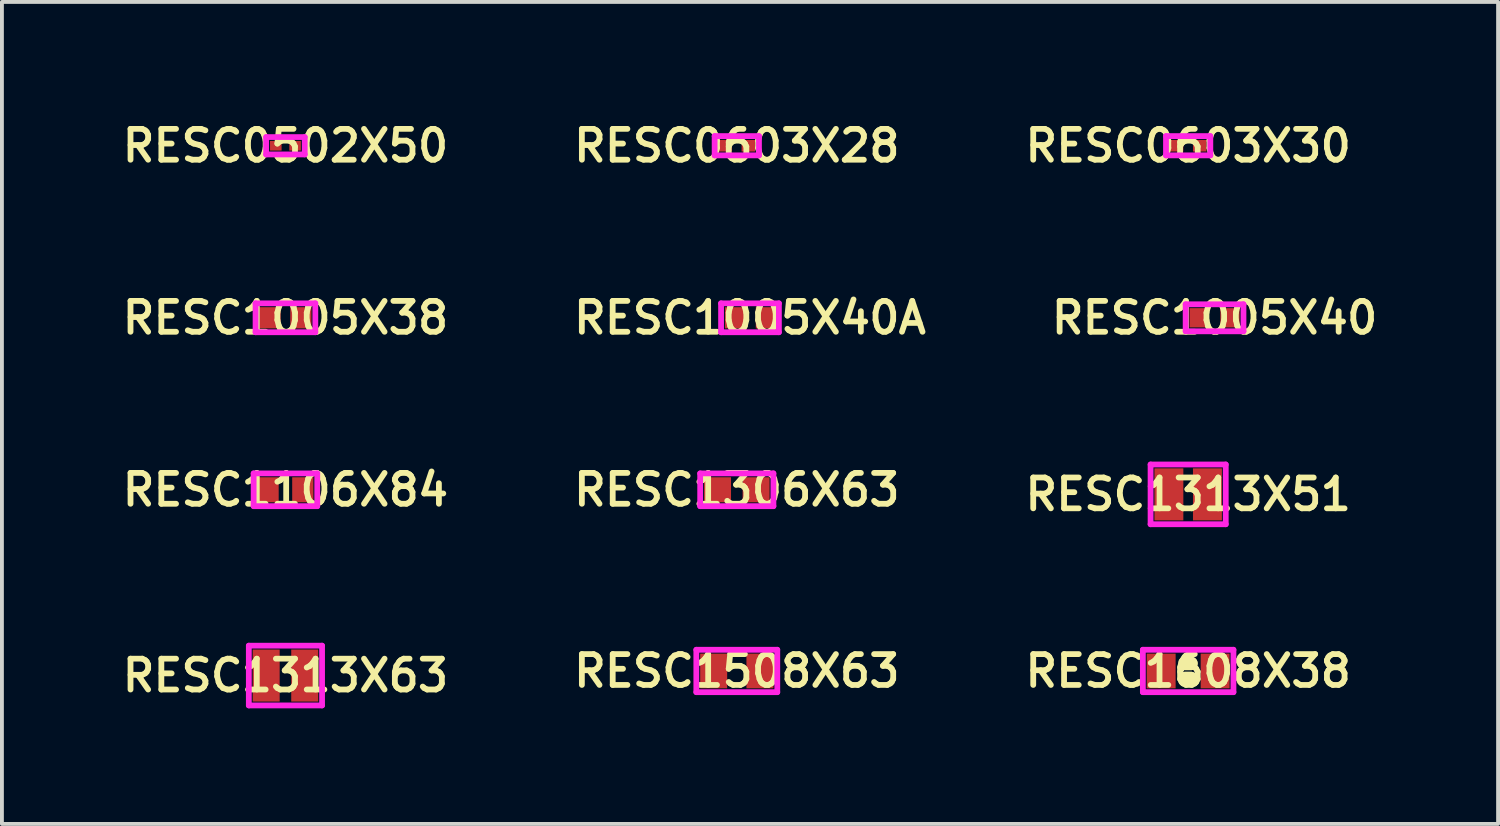
<source format=kicad_pcb>
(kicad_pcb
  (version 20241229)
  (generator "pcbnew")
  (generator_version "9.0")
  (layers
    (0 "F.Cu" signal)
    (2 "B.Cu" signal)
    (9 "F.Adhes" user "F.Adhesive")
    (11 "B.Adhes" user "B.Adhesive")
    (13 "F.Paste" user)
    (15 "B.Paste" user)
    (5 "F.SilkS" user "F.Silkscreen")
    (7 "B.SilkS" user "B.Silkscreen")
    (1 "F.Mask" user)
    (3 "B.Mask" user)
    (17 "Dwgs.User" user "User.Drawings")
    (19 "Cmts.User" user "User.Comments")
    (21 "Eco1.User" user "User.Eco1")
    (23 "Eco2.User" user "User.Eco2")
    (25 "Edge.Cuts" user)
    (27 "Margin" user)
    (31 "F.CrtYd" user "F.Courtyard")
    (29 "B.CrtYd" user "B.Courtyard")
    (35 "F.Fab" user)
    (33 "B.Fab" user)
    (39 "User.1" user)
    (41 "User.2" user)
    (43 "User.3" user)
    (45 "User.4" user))
  (footprint "RESC1313X51"
    (layer "F.Cu")
    (at 27.773 9.775)
    (property "Reference" "RESC1313X51" (at 0 0 0) (layer "F.SilkS") (effects (font (size 0.8 0.8) (thickness 0.15))))
    (attr through_hole)
    (fp_line (start -0.975 -0.775) (end 0.975 -0.775) (stroke (width 0.15) (type solid)) (layer "F.CrtYd"))
    (fp_line (start -0.975 0.775) (end -0.975 -0.775) (stroke (width 0.15) (type solid)) (layer "F.CrtYd"))
    (fp_line (start 0.975 -0.775) (end 0.975 0.775) (stroke (width 0.15) (type solid)) (layer "F.CrtYd"))
    (fp_line (start 0.975 0.775) (end -0.975 0.775) (stroke (width 0.15) (type solid)) (layer "F.CrtYd"))
    (pad "1" smd rect (at -0.5 0) (size 0.75 1.35) (layers "F.Cu" "F.Mask" "F.Paste"))
    (pad "2" smd rect (at 0.5 0) (size 0.75 1.35) (layers "F.Cu" "F.Mask" "F.Paste")))
  (footprint "RESC1313X63"
    (layer "F.Cu")
    (at 4.355 14.475)
    (property "Reference" "RESC1313X63" (at 0 0 0) (layer "F.SilkS") (effects (font (size 0.8 0.8) (thickness 0.15))))
    (attr smd)
    (fp_line (start -0.95 -0.775) (end 0.95 -0.775) (stroke (width 0.15) (type solid)) (layer "F.CrtYd"))
    (fp_line (start -0.95 0.775) (end -0.95 -0.775) (stroke (width 0.15) (type solid)) (layer "F.CrtYd"))
    (fp_line (start 0.95 -0.775) (end 0.95 0.775) (stroke (width 0.15) (type solid)) (layer "F.CrtYd"))
    (fp_line (start 0.95 0.775) (end -0.95 0.775) (stroke (width 0.15) (type solid)) (layer "F.CrtYd"))
    (pad "1" smd rect (at -0.5 0) (size 0.7 1.35) (layers "F.Cu" "F.Mask" "F.Paste"))
    (pad "2" smd rect (at 0.5 0) (size 0.7 1.35) (layers "F.Cu" "F.Mask" "F.Paste")))
  (footprint "RESC0603X30"
    (layer "F.Cu")
    (at 27.773 0.731)
    (property "Reference" "RESC0603X30" (at 0 0 0) (layer "F.SilkS") (effects (font (size 0.8 0.8) (thickness 0.15))))
    (attr smd)
    (fp_line (start -0.575 -0.25) (end 0.575 -0.25) (stroke (width 0.15) (type solid)) (layer "F.CrtYd"))
    (fp_line (start -0.575 0.25) (end -0.575 -0.25) (stroke (width 0.15) (type solid)) (layer "F.CrtYd"))
    (fp_line (start 0.575 -0.25) (end 0.575 0.25) (stroke (width 0.15) (type solid)) (layer "F.CrtYd"))
    (fp_line (start 0.575 0.25) (end -0.575 0.25) (stroke (width 0.15) (type solid)) (layer "F.CrtYd"))
    (pad "1" smd rect (at -0.3 0) (size 0.35 0.3) (layers "F.Cu" "F.Mask" "F.Paste"))
    (pad "2" smd rect (at 0.3 0) (size 0.35 0.3) (layers "F.Cu" "F.Mask" "F.Paste")))
  (footprint "RESC0502X50"
    (layer "F.Cu")
    (at 4.355 0.731)
    (property "Reference" "RESC0502X50" (at 0 0 0) (layer "F.SilkS") (effects (font (size 0.8 0.8) (thickness 0.15))))
    (attr through_hole)
    (fp_line (start -0.5 -0.225) (end 0.5 -0.225) (stroke (width 0.15) (type solid)) (layer "F.CrtYd"))
    (fp_line (start -0.5 0.225) (end -0.5 -0.225) (stroke (width 0.15) (type solid)) (layer "F.CrtYd"))
    (fp_line (start 0.5 -0.225) (end 0.5 0.225) (stroke (width 0.15) (type solid)) (layer "F.CrtYd"))
    (fp_line (start 0.5 0.225) (end -0.5 0.225) (stroke (width 0.15) (type solid)) (layer "F.CrtYd"))
    (pad "1" smd rect (at -0.25 0) (size 0.3 0.25) (layers "F.Cu" "F.Mask" "F.Paste"))
    (pad "2" smd rect (at 0.25 0) (size 0.3 0.25) (layers "F.Cu" "F.Mask" "F.Paste")))
  (footprint "RESC0603X28"
    (layer "F.Cu")
    (at 16.064 0.731)
    (property "Reference" "RESC0603X28" (at 0 0 0) (layer "F.SilkS") (effects (font (size 0.8 0.8) (thickness 0.15))))
    (attr smd)
    (fp_line (start -0.575 -0.25) (end 0.575 -0.25) (stroke (width 0.15) (type solid)) (layer "F.CrtYd"))
    (fp_line (start -0.575 0.25) (end -0.575 -0.25) (stroke (width 0.15) (type solid)) (layer "F.CrtYd"))
    (fp_line (start 0.575 -0.25) (end 0.575 0.25) (stroke (width 0.15) (type solid)) (layer "F.CrtYd"))
    (fp_line (start 0.575 0.25) (end -0.575 0.25) (stroke (width 0.15) (type solid)) (layer "F.CrtYd"))
    (pad "1" smd rect (at -0.3 0) (size 0.35 0.3) (layers "F.Cu" "F.Mask" "F.Paste"))
    (pad "2" smd rect (at 0.3 0) (size 0.35 0.3) (layers "F.Cu" "F.Mask" "F.Paste")))
  (footprint "RESC1005X40"
    (layer "F.Cu")
    (at 28.458 5.194)
    (property "Reference" "RESC1005X40" (at 0 0 0) (layer "F.SilkS") (effects (font (size 0.8 0.8) (thickness 0.15))))
    (attr through_hole)
    (fp_line (start -0.75 -0.35) (end 0.75 -0.35) (stroke (width 0.15) (type solid)) (layer "F.CrtYd"))
    (fp_line (start -0.75 0.35) (end -0.75 -0.35) (stroke (width 0.15) (type solid)) (layer "F.CrtYd"))
    (fp_line (start 0.75 -0.35) (end 0.75 0.35) (stroke (width 0.15) (type solid)) (layer "F.CrtYd"))
    (fp_line (start 0.75 0.35) (end -0.75 0.35) (stroke (width 0.15) (type solid)) (layer "F.CrtYd"))
    (pad "1" smd rect (at -0.4 0) (size 0.5 0.5) (layers "F.Cu" "F.Mask" "F.Paste"))
    (pad "2" smd rect (at 0.4 0) (size 0.5 0.5) (layers "F.Cu" "F.Mask" "F.Paste")))
  (footprint "RESC1608X38"
    (layer "F.Cu")
    (at 27.773 14.356)
    (property "Reference" "RESC1608X38" (at 0 0 0) (layer "F.SilkS") (effects (font (size 0.8 0.8) (thickness 0.15))))
    (attr smd)
    (fp_line (start -0.071 -0.196) (end 0.071 -0.196) (stroke (width 0.35) (type solid)) (layer "F.SilkS"))
    (fp_line (start -0.071 0.196) (end 0.071 0.196) (stroke (width 0.35) (type solid)) (layer "F.SilkS"))
    (fp_line (start 0.071 -0.196) (end -0.071 -0.196) (stroke (width 0.35) (type solid)) (layer "F.SilkS"))
    (fp_line (start 0.071 0.196) (end -0.071 0.196) (stroke (width 0.35) (type solid)) (layer "F.SilkS"))
    (fp_line (start -1.175 -0.55) (end 1.175 -0.55) (stroke (width 0.15) (type solid)) (layer "F.CrtYd"))
    (fp_line (start -1.175 0.55) (end -1.175 -0.55) (stroke (width 0.15) (type solid)) (layer "F.CrtYd"))
    (fp_line (start 1.175 -0.55) (end 1.175 0.55) (stroke (width 0.15) (type solid)) (layer "F.CrtYd"))
    (fp_line (start 1.175 0.55) (end -1.175 0.55) (stroke (width 0.15) (type solid)) (layer "F.CrtYd"))
    (pad "1" smd rect (at -0.7 0) (size 0.75 0.9) (layers "F.Cu" "F.Mask" "F.Paste"))
    (pad "2" smd rect (at 0.7 0) (size 0.75 0.9) (layers "F.Cu" "F.Mask" "F.Paste")))
  (footprint "RESC1005X40A"
    (layer "F.Cu")
    (at 16.406 5.194)
    (property "Reference" "RESC1005X40A" (at 0 0 0) (layer "F.SilkS") (effects (font (size 0.8 0.8) (thickness 0.15))))
    (attr smd)
    (fp_line (start -0.75 -0.375) (end 0.75 -0.375) (stroke (width 0.15) (type solid)) (layer "F.CrtYd"))
    (fp_line (start -0.75 0.375) (end -0.75 -0.375) (stroke (width 0.15) (type solid)) (layer "F.CrtYd"))
    (fp_line (start 0.75 -0.375) (end 0.75 0.375) (stroke (width 0.15) (type solid)) (layer "F.CrtYd"))
    (fp_line (start 0.75 0.375) (end -0.75 0.375) (stroke (width 0.15) (type solid)) (layer "F.CrtYd"))
    (pad "1" smd rect (at -0.4 0) (size 0.5 0.55) (layers "F.Cu" "F.Mask" "F.Paste"))
    (pad "2" smd rect (at 0.4 0) (size 0.5 0.55) (layers "F.Cu" "F.Mask" "F.Paste")))
  (footprint "RESC1005X38"
    (layer "F.Cu")
    (at 4.355 5.194)
    (property "Reference" "RESC1005X38" (at 0 0 0) (layer "F.SilkS") (effects (font (size 0.8 0.8) (thickness 0.15))))
    (attr through_hole)
    (fp_line (start -0.775 -0.375) (end 0.775 -0.375) (stroke (width 0.15) (type solid)) (layer "F.CrtYd"))
    (fp_line (start -0.775 0.375) (end -0.775 -0.375) (stroke (width 0.15) (type solid)) (layer "F.CrtYd"))
    (fp_line (start 0.775 -0.375) (end 0.775 0.375) (stroke (width 0.15) (type solid)) (layer "F.CrtYd"))
    (fp_line (start 0.775 0.375) (end -0.775 0.375) (stroke (width 0.15) (type solid)) (layer "F.CrtYd"))
    (pad "1" smd rect (at -0.4 0) (size 0.55 0.55) (layers "F.Cu" "F.Mask" "F.Paste"))
    (pad "2" smd rect (at 0.4 0) (size 0.55 0.55) (layers "F.Cu" "F.Mask" "F.Paste")))
  (footprint "RESC1306X63"
    (layer "F.Cu")
    (at 16.064 9.656)
    (property "Reference" "RESC1306X63" (at 0 0 0) (layer "F.SilkS") (effects (font (size 0.8 0.8) (thickness 0.15))))
    (attr smd)
    (fp_line (start -0.95 -0.425) (end 0.95 -0.425) (stroke (width 0.15) (type solid)) (layer "F.CrtYd"))
    (fp_line (start -0.95 0.425) (end -0.95 -0.425) (stroke (width 0.15) (type solid)) (layer "F.CrtYd"))
    (fp_line (start 0.95 -0.425) (end 0.95 0.425) (stroke (width 0.15) (type solid)) (layer "F.CrtYd"))
    (fp_line (start 0.95 0.425) (end -0.95 0.425) (stroke (width 0.15) (type solid)) (layer "F.CrtYd"))
    (pad "1" smd rect (at -0.5 0) (size 0.7 0.65) (layers "F.Cu" "F.Mask" "F.Paste"))
    (pad "2" smd rect (at 0.5 0) (size 0.7 0.65) (layers "F.Cu" "F.Mask" "F.Paste")))
  (footprint "RESC1106X84"
    (layer "F.Cu")
    (at 4.355 9.656)
    (property "Reference" "RESC1106X84" (at 0 0 0) (layer "F.SilkS") (effects (font (size 0.8 0.8) (thickness 0.15))))
    (attr smd)
    (fp_line (start -0.825 -0.425) (end 0.825 -0.425) (stroke (width 0.15) (type solid)) (layer "F.CrtYd"))
    (fp_line (start -0.825 0.425) (end -0.825 -0.425) (stroke (width 0.15) (type solid)) (layer "F.CrtYd"))
    (fp_line (start 0.825 -0.425) (end 0.825 0.425) (stroke (width 0.15) (type solid)) (layer "F.CrtYd"))
    (fp_line (start 0.825 0.425) (end -0.825 0.425) (stroke (width 0.15) (type solid)) (layer "F.CrtYd"))
    (pad "1" smd rect (at -0.45 0) (size 0.55 0.65) (layers "F.Cu" "F.Mask" "F.Paste"))
    (pad "2" smd rect (at 0.45 0) (size 0.55 0.65) (layers "F.Cu" "F.Mask" "F.Paste")))
  (footprint "RESC1508X63"
    (layer "F.Cu")
    (at 16.064 14.356)
    (property "Reference" "RESC1508X63" (at 0 0 0) (layer "F.SilkS") (effects (font (size 0.8 0.8) (thickness 0.15))))
    (attr smd)
    (fp_line (start -1.05 -0.55) (end 1.05 -0.55) (stroke (width 0.15) (type solid)) (layer "F.CrtYd"))
    (fp_line (start -1.05 0.55) (end -1.05 -0.55) (stroke (width 0.15) (type solid)) (layer "F.CrtYd"))
    (fp_line (start 1.05 -0.55) (end 1.05 0.55) (stroke (width 0.15) (type solid)) (layer "F.CrtYd"))
    (fp_line (start 1.05 0.55) (end -1.05 0.55) (stroke (width 0.15) (type solid)) (layer "F.CrtYd"))
    (pad "1" smd rect (at -0.6 0) (size 0.7 0.9) (layers "F.Cu" "F.Mask" "F.Paste"))
    (pad "2" smd rect (at 0.6 0) (size 0.7 0.9) (layers "F.Cu" "F.Mask" "F.Paste")))
  (gr_rect
    (start -3 -3)
    (end 35.813 18.325)
    (stroke (width 0.1) (type default))
    (fill no)
    (layer "Edge.Cuts")))
</source>
